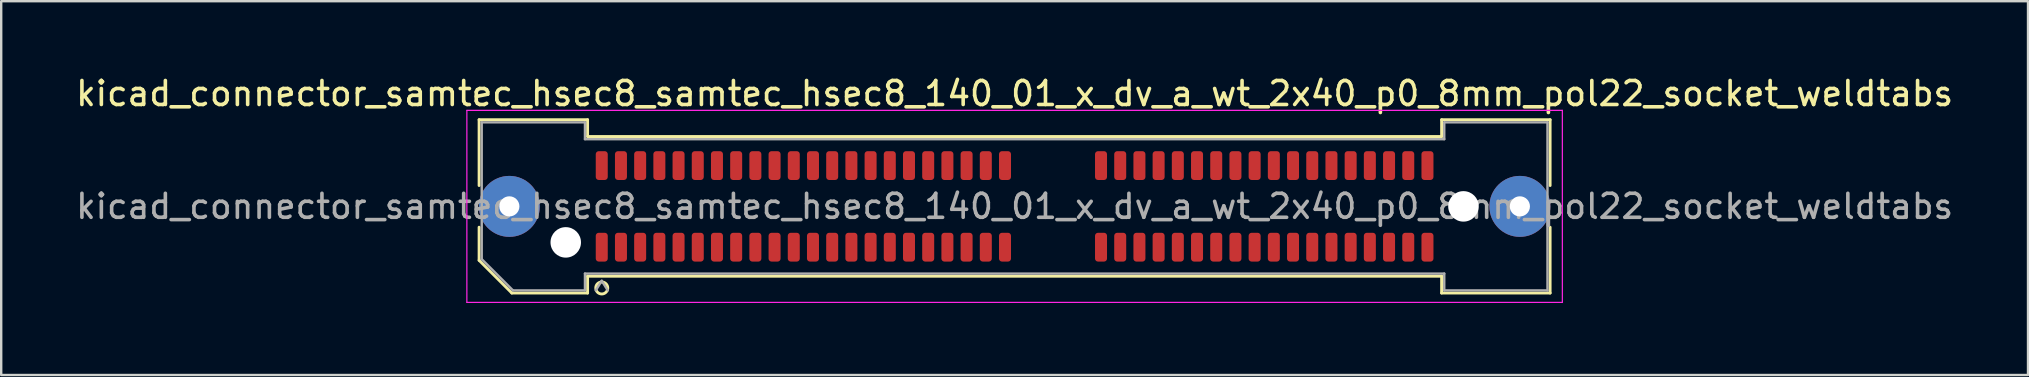
<source format=kicad_pcb>
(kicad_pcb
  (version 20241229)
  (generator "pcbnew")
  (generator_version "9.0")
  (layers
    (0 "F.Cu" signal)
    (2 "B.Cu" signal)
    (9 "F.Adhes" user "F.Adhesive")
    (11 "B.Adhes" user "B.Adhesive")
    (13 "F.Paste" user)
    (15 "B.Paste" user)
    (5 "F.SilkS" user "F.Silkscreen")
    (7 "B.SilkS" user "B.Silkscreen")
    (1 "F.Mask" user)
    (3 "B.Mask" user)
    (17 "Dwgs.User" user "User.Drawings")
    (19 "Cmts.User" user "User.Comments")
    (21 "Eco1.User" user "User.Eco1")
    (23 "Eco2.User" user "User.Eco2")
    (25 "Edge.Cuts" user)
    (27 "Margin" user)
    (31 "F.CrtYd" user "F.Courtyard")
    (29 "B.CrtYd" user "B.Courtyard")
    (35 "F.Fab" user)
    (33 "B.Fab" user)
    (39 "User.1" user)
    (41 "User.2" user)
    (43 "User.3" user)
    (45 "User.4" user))
  (footprint "kicad_connector_samtec_hsec8_samtec_hsec8_140_01_x_dv_a_wt_2x40_p0_8mm_pol22_socket_weldtabs"
    (layer "F.Cu")
    (at 39.22 5.548)
    (property "Reference" "kicad_connector_samtec_hsec8_samtec_hsec8_140_01_x_dv_a_wt_2x40_p0_8mm_pol22_socket_weldtabs" (at 0 -4.7 0) (layer "F.SilkS") (effects (font (size 1 1) (thickness 0.15))))
    (attr smd)
    (fp_line (start -22.31 -3.61) (end -17.79 -3.61) (stroke (width 0.12) (type solid)) (layer "F.SilkS"))
    (fp_line (start -22.31 -0.868) (end -22.31 -3.61) (stroke (width 0.12) (type solid)) (layer "F.SilkS"))
    (fp_line (start -22.31 2.246) (end -22.31 0.868) (stroke (width 0.12) (type solid)) (layer "F.SilkS"))
    (fp_line (start -20.946 3.61) (end -22.31 2.246) (stroke (width 0.12) (type solid)) (layer "F.SilkS"))
    (fp_line (start -17.79 -3.61) (end -17.79 -2.91) (stroke (width 0.12) (type solid)) (layer "F.SilkS"))
    (fp_line (start -17.79 -2.91) (end 17.79 -2.91) (stroke (width 0.12) (type solid)) (layer "F.SilkS"))
    (fp_line (start -17.79 2.91) (end -17.79 3.61) (stroke (width 0.12) (type solid)) (layer "F.SilkS"))
    (fp_line (start -17.79 3.61) (end -20.946 3.61) (stroke (width 0.12) (type solid)) (layer "F.SilkS"))
    (fp_line (start 17.79 -3.61) (end 22.31 -3.61) (stroke (width 0.12) (type solid)) (layer "F.SilkS"))
    (fp_line (start 17.79 -2.91) (end 17.79 -3.61) (stroke (width 0.12) (type solid)) (layer "F.SilkS"))
    (fp_line (start 17.79 2.91) (end -17.79 2.91) (stroke (width 0.12) (type solid)) (layer "F.SilkS"))
    (fp_line (start 17.79 3.61) (end 17.79 2.91) (stroke (width 0.12) (type solid)) (layer "F.SilkS"))
    (fp_line (start 22.31 -3.61) (end 22.31 -0.868) (stroke (width 0.12) (type solid)) (layer "F.SilkS"))
    (fp_line (start 22.31 0.868) (end 22.31 3.61) (stroke (width 0.12) (type solid)) (layer "F.SilkS"))
    (fp_line (start 22.31 3.61) (end 17.79 3.61) (stroke (width 0.12) (type solid)) (layer "F.SilkS"))
    (fp_arc (start -16.95 3.4) (mid -17.45 3.4) (end -16.95 3.4) (stroke (width 0.12) (type solid)) (layer "F.SilkS"))
    (fp_line (start -22.82 -4) (end -22.82 4) (stroke (width 0.05) (type solid)) (layer "F.CrtYd"))
    (fp_line (start -22.82 4) (end 22.82 4) (stroke (width 0.05) (type solid)) (layer "F.CrtYd"))
    (fp_line (start 22.82 -4) (end -22.82 -4) (stroke (width 0.05) (type solid)) (layer "F.CrtYd"))
    (fp_line (start 22.82 4) (end 22.82 -4) (stroke (width 0.05) (type solid)) (layer "F.CrtYd"))
    (fp_line (start -22.2 -3.5) (end -17.9 -3.5) (stroke (width 0.1) (type solid)) (layer "F.Fab"))
    (fp_line (start -22.2 2.2) (end -22.2 -3.5) (stroke (width 0.1) (type solid)) (layer "F.Fab"))
    (fp_line (start -20.9 3.5) (end -22.2 2.2) (stroke (width 0.1) (type solid)) (layer "F.Fab"))
    (fp_line (start -17.9 -3.5) (end -17.9 -2.8) (stroke (width 0.1) (type solid)) (layer "F.Fab"))
    (fp_line (start -17.9 -2.8) (end 17.9 -2.8) (stroke (width 0.1) (type solid)) (layer "F.Fab"))
    (fp_line (start -17.9 2.8) (end -17.9 3.5) (stroke (width 0.1) (type solid)) (layer "F.Fab"))
    (fp_line (start -17.9 3.5) (end -20.9 3.5) (stroke (width 0.1) (type solid)) (layer "F.Fab"))
    (fp_line (start -17.2 3.1) (end -17.45 3.5) (stroke (width 0.1) (type solid)) (layer "F.Fab"))
    (fp_line (start -17.2 3.1) (end -16.95 3.5) (stroke (width 0.1) (type solid)) (layer "F.Fab"))
    (fp_line (start 17.9 -3.5) (end 22.2 -3.5) (stroke (width 0.1) (type solid)) (layer "F.Fab"))
    (fp_line (start 17.9 -2.8) (end 17.9 -3.5) (stroke (width 0.1) (type solid)) (layer "F.Fab"))
    (fp_line (start 17.9 2.8) (end -17.9 2.8) (stroke (width 0.1) (type solid)) (layer "F.Fab"))
    (fp_line (start 17.9 3.5) (end 17.9 2.8) (stroke (width 0.1) (type solid)) (layer "F.Fab"))
    (fp_line (start 22.2 -3.5) (end 22.2 3.5) (stroke (width 0.1) (type solid)) (layer "F.Fab"))
    (fp_line (start 22.2 3.5) (end 17.9 3.5) (stroke (width 0.1) (type solid)) (layer "F.Fab"))
    (fp_text user "${REFERENCE}" (at 0 0 0) (layer "F.Fab") (effects (font (size 1 1) (thickness 0.15))))
    (pad "" thru_hole circle (at -21.05 0) (size 2.54 2.54) (drill 0.84) (layers "*.Cu" "*.Mask" "F.Paste"))
    (pad "" np_thru_hole circle (at -18.7 1.5) (size 1.27 1.27) (drill 1.27) (layers "*.Cu" "*.Mask"))
    (pad "" np_thru_hole circle (at 18.7 0) (size 1.27 1.27) (drill 1.27) (layers "*.Cu" "*.Mask"))
    (pad "" thru_hole circle (at 21.05 0) (size 2.54 2.54) (drill 0.84) (layers "*.Cu" "*.Mask" "F.Paste"))
    (pad "1" smd roundrect (at -17.2 1.7) (size 0.5 1.2) (layers "F.Cu" "F.Mask" "F.Paste") (roundrect_rratio 0.25))
    (pad "2" smd roundrect (at -17.2 -1.7) (size 0.5 1.2) (layers "F.Cu" "F.Mask" "F.Paste") (roundrect_rratio 0.25))
    (pad "3" smd roundrect (at -16.4 1.7) (size 0.5 1.2) (layers "F.Cu" "F.Mask" "F.Paste") (roundrect_rratio 0.25))
    (pad "4" smd roundrect (at -16.4 -1.7) (size 0.5 1.2) (layers "F.Cu" "F.Mask" "F.Paste") (roundrect_rratio 0.25))
    (pad "5" smd roundrect (at -15.6 1.7) (size 0.5 1.2) (layers "F.Cu" "F.Mask" "F.Paste") (roundrect_rratio 0.25))
    (pad "6" smd roundrect (at -15.6 -1.7) (size 0.5 1.2) (layers "F.Cu" "F.Mask" "F.Paste") (roundrect_rratio 0.25))
    (pad "7" smd roundrect (at -14.8 1.7) (size 0.5 1.2) (layers "F.Cu" "F.Mask" "F.Paste") (roundrect_rratio 0.25))
    (pad "8" smd roundrect (at -14.8 -1.7) (size 0.5 1.2) (layers "F.Cu" "F.Mask" "F.Paste") (roundrect_rratio 0.25))
    (pad "9" smd roundrect (at -14 1.7) (size 0.5 1.2) (layers "F.Cu" "F.Mask" "F.Paste") (roundrect_rratio 0.25))
    (pad "10" smd roundrect (at -14 -1.7) (size 0.5 1.2) (layers "F.Cu" "F.Mask" "F.Paste") (roundrect_rratio 0.25))
    (pad "11" smd roundrect (at -13.2 1.7) (size 0.5 1.2) (layers "F.Cu" "F.Mask" "F.Paste") (roundrect_rratio 0.25))
    (pad "12" smd roundrect (at -13.2 -1.7) (size 0.5 1.2) (layers "F.Cu" "F.Mask" "F.Paste") (roundrect_rratio 0.25))
    (pad "13" smd roundrect (at -12.4 1.7) (size 0.5 1.2) (layers "F.Cu" "F.Mask" "F.Paste") (roundrect_rratio 0.25))
    (pad "14" smd roundrect (at -12.4 -1.7) (size 0.5 1.2) (layers "F.Cu" "F.Mask" "F.Paste") (roundrect_rratio 0.25))
    (pad "15" smd roundrect (at -11.6 1.7) (size 0.5 1.2) (layers "F.Cu" "F.Mask" "F.Paste") (roundrect_rratio 0.25))
    (pad "16" smd roundrect (at -11.6 -1.7) (size 0.5 1.2) (layers "F.Cu" "F.Mask" "F.Paste") (roundrect_rratio 0.25))
    (pad "17" smd roundrect (at -10.8 1.7) (size 0.5 1.2) (layers "F.Cu" "F.Mask" "F.Paste") (roundrect_rratio 0.25))
    (pad "18" smd roundrect (at -10.8 -1.7) (size 0.5 1.2) (layers "F.Cu" "F.Mask" "F.Paste") (roundrect_rratio 0.25))
    (pad "19" smd roundrect (at -10 1.7) (size 0.5 1.2) (layers "F.Cu" "F.Mask" "F.Paste") (roundrect_rratio 0.25))
    (pad "20" smd roundrect (at -10 -1.7) (size 0.5 1.2) (layers "F.Cu" "F.Mask" "F.Paste") (roundrect_rratio 0.25))
    (pad "21" smd roundrect (at -9.2 1.7) (size 0.5 1.2) (layers "F.Cu" "F.Mask" "F.Paste") (roundrect_rratio 0.25))
    (pad "22" smd roundrect (at -9.2 -1.7) (size 0.5 1.2) (layers "F.Cu" "F.Mask" "F.Paste") (roundrect_rratio 0.25))
    (pad "23" smd roundrect (at -8.4 1.7) (size 0.5 1.2) (layers "F.Cu" "F.Mask" "F.Paste") (roundrect_rratio 0.25))
    (pad "24" smd roundrect (at -8.4 -1.7) (size 0.5 1.2) (layers "F.Cu" "F.Mask" "F.Paste") (roundrect_rratio 0.25))
    (pad "25" smd roundrect (at -7.6 1.7) (size 0.5 1.2) (layers "F.Cu" "F.Mask" "F.Paste") (roundrect_rratio 0.25))
    (pad "26" smd roundrect (at -7.6 -1.7) (size 0.5 1.2) (layers "F.Cu" "F.Mask" "F.Paste") (roundrect_rratio 0.25))
    (pad "27" smd roundrect (at -6.8 1.7) (size 0.5 1.2) (layers "F.Cu" "F.Mask" "F.Paste") (roundrect_rratio 0.25))
    (pad "28" smd roundrect (at -6.8 -1.7) (size 0.5 1.2) (layers "F.Cu" "F.Mask" "F.Paste") (roundrect_rratio 0.25))
    (pad "29" smd roundrect (at -6 1.7) (size 0.5 1.2) (layers "F.Cu" "F.Mask" "F.Paste") (roundrect_rratio 0.25))
    (pad "30" smd roundrect (at -6 -1.7) (size 0.5 1.2) (layers "F.Cu" "F.Mask" "F.Paste") (roundrect_rratio 0.25))
    (pad "31" smd roundrect (at -5.2 1.7) (size 0.5 1.2) (layers "F.Cu" "F.Mask" "F.Paste") (roundrect_rratio 0.25))
    (pad "32" smd roundrect (at -5.2 -1.7) (size 0.5 1.2) (layers "F.Cu" "F.Mask" "F.Paste") (roundrect_rratio 0.25))
    (pad "33" smd roundrect (at -4.4 1.7) (size 0.5 1.2) (layers "F.Cu" "F.Mask" "F.Paste") (roundrect_rratio 0.25))
    (pad "34" smd roundrect (at -4.4 -1.7) (size 0.5 1.2) (layers "F.Cu" "F.Mask" "F.Paste") (roundrect_rratio 0.25))
    (pad "35" smd roundrect (at -3.6 1.7) (size 0.5 1.2) (layers "F.Cu" "F.Mask" "F.Paste") (roundrect_rratio 0.25))
    (pad "36" smd roundrect (at -3.6 -1.7) (size 0.5 1.2) (layers "F.Cu" "F.Mask" "F.Paste") (roundrect_rratio 0.25))
    (pad "37" smd roundrect (at -2.8 1.7) (size 0.5 1.2) (layers "F.Cu" "F.Mask" "F.Paste") (roundrect_rratio 0.25))
    (pad "38" smd roundrect (at -2.8 -1.7) (size 0.5 1.2) (layers "F.Cu" "F.Mask" "F.Paste") (roundrect_rratio 0.25))
    (pad "39" smd roundrect (at -2 1.7) (size 0.5 1.2) (layers "F.Cu" "F.Mask" "F.Paste") (roundrect_rratio 0.25))
    (pad "40" smd roundrect (at -2 -1.7) (size 0.5 1.2) (layers "F.Cu" "F.Mask" "F.Paste") (roundrect_rratio 0.25))
    (pad "41" smd roundrect (at -1.2 1.7) (size 0.5 1.2) (layers "F.Cu" "F.Mask" "F.Paste") (roundrect_rratio 0.25))
    (pad "42" smd roundrect (at -1.2 -1.7) (size 0.5 1.2) (layers "F.Cu" "F.Mask" "F.Paste") (roundrect_rratio 0.25))
    (pad "43" smd roundrect (at -0.4 1.7) (size 0.5 1.2) (layers "F.Cu" "F.Mask" "F.Paste") (roundrect_rratio 0.25))
    (pad "44" smd roundrect (at -0.4 -1.7) (size 0.5 1.2) (layers "F.Cu" "F.Mask" "F.Paste") (roundrect_rratio 0.25))
    (pad "45" smd roundrect (at 3.6 1.7) (size 0.5 1.2) (layers "F.Cu" "F.Mask" "F.Paste") (roundrect_rratio 0.25))
    (pad "46" smd roundrect (at 3.6 -1.7) (size 0.5 1.2) (layers "F.Cu" "F.Mask" "F.Paste") (roundrect_rratio 0.25))
    (pad "47" smd roundrect (at 4.4 1.7) (size 0.5 1.2) (layers "F.Cu" "F.Mask" "F.Paste") (roundrect_rratio 0.25))
    (pad "48" smd roundrect (at 4.4 -1.7) (size 0.5 1.2) (layers "F.Cu" "F.Mask" "F.Paste") (roundrect_rratio 0.25))
    (pad "49" smd roundrect (at 5.2 1.7) (size 0.5 1.2) (layers "F.Cu" "F.Mask" "F.Paste") (roundrect_rratio 0.25))
    (pad "50" smd roundrect (at 5.2 -1.7) (size 0.5 1.2) (layers "F.Cu" "F.Mask" "F.Paste") (roundrect_rratio 0.25))
    (pad "51" smd roundrect (at 6 1.7) (size 0.5 1.2) (layers "F.Cu" "F.Mask" "F.Paste") (roundrect_rratio 0.25))
    (pad "52" smd roundrect (at 6 -1.7) (size 0.5 1.2) (layers "F.Cu" "F.Mask" "F.Paste") (roundrect_rratio 0.25))
    (pad "53" smd roundrect (at 6.8 1.7) (size 0.5 1.2) (layers "F.Cu" "F.Mask" "F.Paste") (roundrect_rratio 0.25))
    (pad "54" smd roundrect (at 6.8 -1.7) (size 0.5 1.2) (layers "F.Cu" "F.Mask" "F.Paste") (roundrect_rratio 0.25))
    (pad "55" smd roundrect (at 7.6 1.7) (size 0.5 1.2) (layers "F.Cu" "F.Mask" "F.Paste") (roundrect_rratio 0.25))
    (pad "56" smd roundrect (at 7.6 -1.7) (size 0.5 1.2) (layers "F.Cu" "F.Mask" "F.Paste") (roundrect_rratio 0.25))
    (pad "57" smd roundrect (at 8.4 1.7) (size 0.5 1.2) (layers "F.Cu" "F.Mask" "F.Paste") (roundrect_rratio 0.25))
    (pad "58" smd roundrect (at 8.4 -1.7) (size 0.5 1.2) (layers "F.Cu" "F.Mask" "F.Paste") (roundrect_rratio 0.25))
    (pad "59" smd roundrect (at 9.2 1.7) (size 0.5 1.2) (layers "F.Cu" "F.Mask" "F.Paste") (roundrect_rratio 0.25))
    (pad "60" smd roundrect (at 9.2 -1.7) (size 0.5 1.2) (layers "F.Cu" "F.Mask" "F.Paste") (roundrect_rratio 0.25))
    (pad "61" smd roundrect (at 10 1.7) (size 0.5 1.2) (layers "F.Cu" "F.Mask" "F.Paste") (roundrect_rratio 0.25))
    (pad "62" smd roundrect (at 10 -1.7) (size 0.5 1.2) (layers "F.Cu" "F.Mask" "F.Paste") (roundrect_rratio 0.25))
    (pad "63" smd roundrect (at 10.8 1.7) (size 0.5 1.2) (layers "F.Cu" "F.Mask" "F.Paste") (roundrect_rratio 0.25))
    (pad "64" smd roundrect (at 10.8 -1.7) (size 0.5 1.2) (layers "F.Cu" "F.Mask" "F.Paste") (roundrect_rratio 0.25))
    (pad "65" smd roundrect (at 11.6 1.7) (size 0.5 1.2) (layers "F.Cu" "F.Mask" "F.Paste") (roundrect_rratio 0.25))
    (pad "66" smd roundrect (at 11.6 -1.7) (size 0.5 1.2) (layers "F.Cu" "F.Mask" "F.Paste") (roundrect_rratio 0.25))
    (pad "67" smd roundrect (at 12.4 1.7) (size 0.5 1.2) (layers "F.Cu" "F.Mask" "F.Paste") (roundrect_rratio 0.25))
    (pad "68" smd roundrect (at 12.4 -1.7) (size 0.5 1.2) (layers "F.Cu" "F.Mask" "F.Paste") (roundrect_rratio 0.25))
    (pad "69" smd roundrect (at 13.2 1.7) (size 0.5 1.2) (layers "F.Cu" "F.Mask" "F.Paste") (roundrect_rratio 0.25))
    (pad "70" smd roundrect (at 13.2 -1.7) (size 0.5 1.2) (layers "F.Cu" "F.Mask" "F.Paste") (roundrect_rratio 0.25))
    (pad "71" smd roundrect (at 14 1.7) (size 0.5 1.2) (layers "F.Cu" "F.Mask" "F.Paste") (roundrect_rratio 0.25))
    (pad "72" smd roundrect (at 14 -1.7) (size 0.5 1.2) (layers "F.Cu" "F.Mask" "F.Paste") (roundrect_rratio 0.25))
    (pad "73" smd roundrect (at 14.8 1.7) (size 0.5 1.2) (layers "F.Cu" "F.Mask" "F.Paste") (roundrect_rratio 0.25))
    (pad "74" smd roundrect (at 14.8 -1.7) (size 0.5 1.2) (layers "F.Cu" "F.Mask" "F.Paste") (roundrect_rratio 0.25))
    (pad "75" smd roundrect (at 15.6 1.7) (size 0.5 1.2) (layers "F.Cu" "F.Mask" "F.Paste") (roundrect_rratio 0.25))
    (pad "76" smd roundrect (at 15.6 -1.7) (size 0.5 1.2) (layers "F.Cu" "F.Mask" "F.Paste") (roundrect_rratio 0.25))
    (pad "77" smd roundrect (at 16.4 1.7) (size 0.5 1.2) (layers "F.Cu" "F.Mask" "F.Paste") (roundrect_rratio 0.25))
    (pad "78" smd roundrect (at 16.4 -1.7) (size 0.5 1.2) (layers "F.Cu" "F.Mask" "F.Paste") (roundrect_rratio 0.25))
    (pad "79" smd roundrect (at 17.2 1.7) (size 0.5 1.2) (layers "F.Cu" "F.Mask" "F.Paste") (roundrect_rratio 0.25))
    (pad "80" smd roundrect (at 17.2 -1.7) (size 0.5 1.2) (layers "F.Cu" "F.Mask" "F.Paste") (roundrect_rratio 0.25)))
  (gr_rect
    (start -3 -3)
    (end 81.44 12.573)
    (stroke (width 0.1) (type default))
    (fill no)
    (layer "Edge.Cuts")))
</source>
